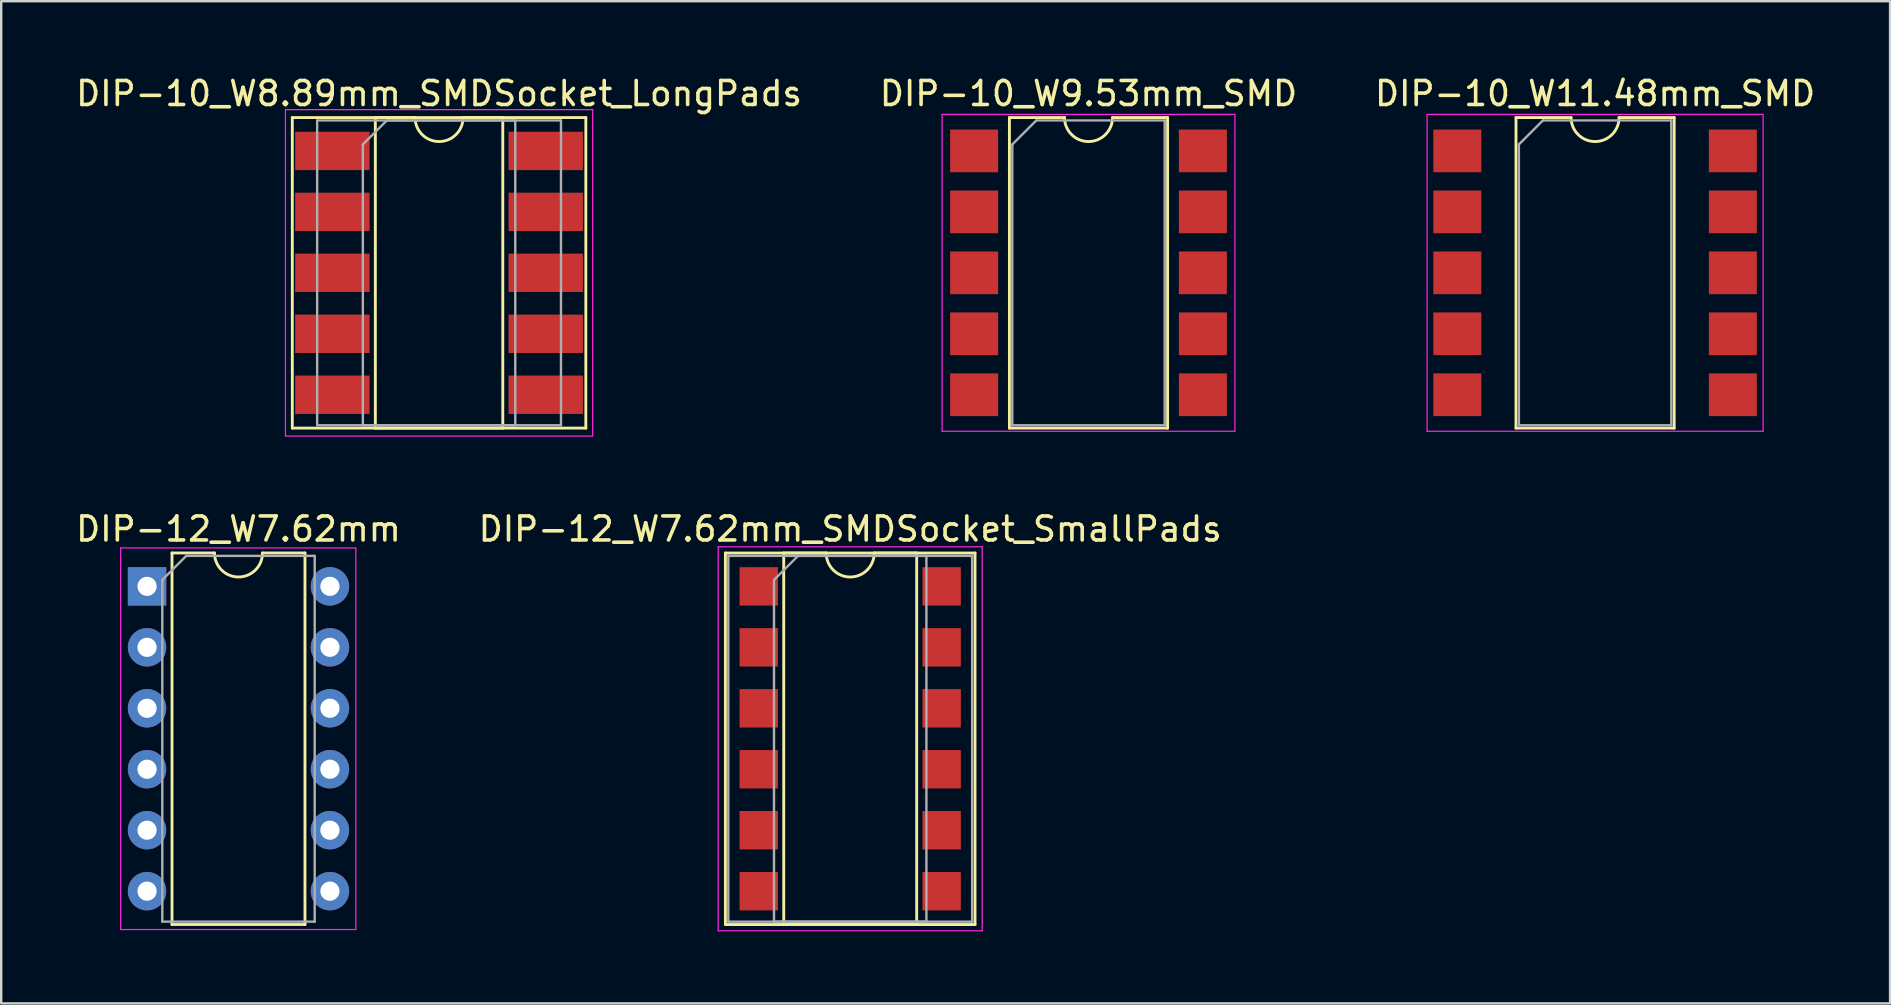
<source format=kicad_pcb>
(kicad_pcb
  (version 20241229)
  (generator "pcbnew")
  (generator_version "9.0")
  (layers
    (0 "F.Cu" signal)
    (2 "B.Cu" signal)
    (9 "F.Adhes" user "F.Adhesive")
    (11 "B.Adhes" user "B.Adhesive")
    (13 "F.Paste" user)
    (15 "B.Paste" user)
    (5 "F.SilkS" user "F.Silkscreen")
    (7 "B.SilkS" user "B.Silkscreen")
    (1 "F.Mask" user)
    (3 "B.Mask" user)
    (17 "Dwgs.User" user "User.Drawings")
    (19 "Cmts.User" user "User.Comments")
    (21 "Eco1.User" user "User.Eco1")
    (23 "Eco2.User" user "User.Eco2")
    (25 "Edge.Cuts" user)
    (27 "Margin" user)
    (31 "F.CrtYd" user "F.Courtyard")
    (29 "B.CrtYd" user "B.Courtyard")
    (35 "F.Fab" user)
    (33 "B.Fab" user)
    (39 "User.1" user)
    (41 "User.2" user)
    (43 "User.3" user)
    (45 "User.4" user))
  (footprint "DIP-12_W7.62mm"
    (layer "F.Cu")
    (at 3.077 21.381)
    (property "Reference" "DIP-12_W7.62mm" (at 3.81 -2.39 0) (layer "F.SilkS") (effects (font (size 1 1) (thickness 0.15))))
    (attr through_hole)
    (fp_line (start 1.04 -1.39) (end 1.04 14.09) (stroke (width 0.12) (type solid)) (layer "F.SilkS"))
    (fp_line (start 1.04 14.09) (end 6.58 14.09) (stroke (width 0.12) (type solid)) (layer "F.SilkS"))
    (fp_line (start 2.81 -1.39) (end 1.04 -1.39) (stroke (width 0.12) (type solid)) (layer "F.SilkS"))
    (fp_line (start 6.58 -1.39) (end 4.81 -1.39) (stroke (width 0.12) (type solid)) (layer "F.SilkS"))
    (fp_line (start 6.58 14.09) (end 6.58 -1.39) (stroke (width 0.12) (type solid)) (layer "F.SilkS"))
    (fp_arc (start 4.81 -1.39) (mid 3.81 -0.39) (end 2.81 -1.39) (stroke (width 0.12) (type solid)) (layer "F.SilkS"))
    (fp_line (start -1.1 -1.6) (end -1.1 14.3) (stroke (width 0.05) (type solid)) (layer "F.CrtYd"))
    (fp_line (start -1.1 14.3) (end 8.7 14.3) (stroke (width 0.05) (type solid)) (layer "F.CrtYd"))
    (fp_line (start 8.7 -1.6) (end -1.1 -1.6) (stroke (width 0.05) (type solid)) (layer "F.CrtYd"))
    (fp_line (start 8.7 14.3) (end 8.7 -1.6) (stroke (width 0.05) (type solid)) (layer "F.CrtYd"))
    (fp_line (start 0.635 -0.27) (end 1.635 -1.27) (stroke (width 0.1) (type solid)) (layer "F.Fab"))
    (fp_line (start 0.635 13.97) (end 0.635 -0.27) (stroke (width 0.1) (type solid)) (layer "F.Fab"))
    (fp_line (start 1.635 -1.27) (end 6.985 -1.27) (stroke (width 0.1) (type solid)) (layer "F.Fab"))
    (fp_line (start 6.985 -1.27) (end 6.985 13.97) (stroke (width 0.1) (type solid)) (layer "F.Fab"))
    (fp_line (start 6.985 13.97) (end 0.635 13.97) (stroke (width 0.1) (type solid)) (layer "F.Fab"))
    (pad "1" thru_hole rect (at 0 0) (size 1.6 1.6) (drill 0.8) (layers "*.Cu" "*.Mask"))
    (pad "2" thru_hole oval (at 0 2.54) (size 1.6 1.6) (drill 0.8) (layers "*.Cu" "*.Mask"))
    (pad "3" thru_hole oval (at 0 5.08) (size 1.6 1.6) (drill 0.8) (layers "*.Cu" "*.Mask"))
    (pad "4" thru_hole oval (at 0 7.62) (size 1.6 1.6) (drill 0.8) (layers "*.Cu" "*.Mask"))
    (pad "5" thru_hole oval (at 0 10.16) (size 1.6 1.6) (drill 0.8) (layers "*.Cu" "*.Mask"))
    (pad "6" thru_hole oval (at 0 12.7) (size 1.6 1.6) (drill 0.8) (layers "*.Cu" "*.Mask"))
    (pad "7" thru_hole oval (at 7.62 12.7) (size 1.6 1.6) (drill 0.8) (layers "*.Cu" "*.Mask"))
    (pad "8" thru_hole oval (at 7.62 10.16) (size 1.6 1.6) (drill 0.8) (layers "*.Cu" "*.Mask"))
    (pad "9" thru_hole oval (at 7.62 7.62) (size 1.6 1.6) (drill 0.8) (layers "*.Cu" "*.Mask"))
    (pad "10" thru_hole oval (at 7.62 5.08) (size 1.6 1.6) (drill 0.8) (layers "*.Cu" "*.Mask"))
    (pad "11" thru_hole oval (at 7.62 2.54) (size 1.6 1.6) (drill 0.8) (layers "*.Cu" "*.Mask"))
    (pad "12" thru_hole oval (at 7.62 0) (size 1.6 1.6) (drill 0.8) (layers "*.Cu" "*.Mask")))
  (footprint "DIP-10_W11.48mm_SMD"
    (layer "F.Cu")
    (at 63.411 8.318)
    (property "Reference" "DIP-10_W11.48mm_SMD" (at 0 -7.47 0) (layer "F.SilkS") (effects (font (size 1 1) (thickness 0.15))))
    (attr smd)
    (fp_line (start -3.295 -6.47) (end -3.295 6.47) (stroke (width 0.12) (type solid)) (layer "F.SilkS"))
    (fp_line (start -3.295 6.47) (end 3.295 6.47) (stroke (width 0.12) (type solid)) (layer "F.SilkS"))
    (fp_line (start -1 -6.47) (end -3.295 -6.47) (stroke (width 0.12) (type solid)) (layer "F.SilkS"))
    (fp_line (start 3.295 -6.47) (end 1 -6.47) (stroke (width 0.12) (type solid)) (layer "F.SilkS"))
    (fp_line (start 3.295 6.47) (end 3.295 -6.47) (stroke (width 0.12) (type solid)) (layer "F.SilkS"))
    (fp_arc (start 1 -6.47) (mid 0 -5.47) (end -1 -6.47) (stroke (width 0.12) (type solid)) (layer "F.SilkS"))
    (fp_line (start -7 -6.6) (end -7 6.6) (stroke (width 0.05) (type solid)) (layer "F.CrtYd"))
    (fp_line (start -7 6.6) (end 7 6.6) (stroke (width 0.05) (type solid)) (layer "F.CrtYd"))
    (fp_line (start 7 -6.6) (end -7 -6.6) (stroke (width 0.05) (type solid)) (layer "F.CrtYd"))
    (fp_line (start 7 6.6) (end 7 -6.6) (stroke (width 0.05) (type solid)) (layer "F.CrtYd"))
    (fp_line (start -3.175 -5.35) (end -2.175 -6.35) (stroke (width 0.1) (type solid)) (layer "F.Fab"))
    (fp_line (start -3.175 6.35) (end -3.175 -5.35) (stroke (width 0.1) (type solid)) (layer "F.Fab"))
    (fp_line (start -2.175 -6.35) (end 3.175 -6.35) (stroke (width 0.1) (type solid)) (layer "F.Fab"))
    (fp_line (start 3.175 -6.35) (end 3.175 6.35) (stroke (width 0.1) (type solid)) (layer "F.Fab"))
    (fp_line (start 3.175 6.35) (end -3.175 6.35) (stroke (width 0.1) (type solid)) (layer "F.Fab"))
    (pad "1" smd rect (at -5.74 -5.08) (size 2 1.78) (layers "F.Cu" "F.Mask"))
    (pad "2" smd rect (at -5.74 -2.54) (size 2 1.78) (layers "F.Cu" "F.Mask"))
    (pad "3" smd rect (at -5.74 0) (size 2 1.78) (layers "F.Cu" "F.Mask"))
    (pad "4" smd rect (at -5.74 2.54) (size 2 1.78) (layers "F.Cu" "F.Mask"))
    (pad "5" smd rect (at -5.74 5.08) (size 2 1.78) (layers "F.Cu" "F.Mask"))
    (pad "6" smd rect (at 5.74 5.08) (size 2 1.78) (layers "F.Cu" "F.Mask"))
    (pad "7" smd rect (at 5.74 2.54) (size 2 1.78) (layers "F.Cu" "F.Mask"))
    (pad "8" smd rect (at 5.74 0) (size 2 1.78) (layers "F.Cu" "F.Mask"))
    (pad "9" smd rect (at 5.74 -2.54) (size 2 1.78) (layers "F.Cu" "F.Mask"))
    (pad "10" smd rect (at 5.74 -5.08) (size 2 1.78) (layers "F.Cu" "F.Mask")))
  (footprint "DIP-10_W8.89mm_SMDSocket_LongPads"
    (layer "F.Cu")
    (at 15.244 8.318)
    (property "Reference" "DIP-10_W8.89mm_SMDSocket_LongPads" (at 0 -7.47 0) (layer "F.SilkS") (effects (font (size 1 1) (thickness 0.15))))
    (attr smd)
    (fp_line (start -6.115 -6.47) (end -6.115 6.47) (stroke (width 0.12) (type solid)) (layer "F.SilkS"))
    (fp_line (start -6.115 6.47) (end 6.115 6.47) (stroke (width 0.12) (type solid)) (layer "F.SilkS"))
    (fp_line (start -2.655 -6.47) (end -2.655 6.47) (stroke (width 0.12) (type solid)) (layer "F.SilkS"))
    (fp_line (start -2.655 6.47) (end 2.655 6.47) (stroke (width 0.12) (type solid)) (layer "F.SilkS"))
    (fp_line (start -1 -6.47) (end -2.655 -6.47) (stroke (width 0.12) (type solid)) (layer "F.SilkS"))
    (fp_line (start 2.655 -6.47) (end 1 -6.47) (stroke (width 0.12) (type solid)) (layer "F.SilkS"))
    (fp_line (start 2.655 6.47) (end 2.655 -6.47) (stroke (width 0.12) (type solid)) (layer "F.SilkS"))
    (fp_line (start 6.115 -6.47) (end -6.115 -6.47) (stroke (width 0.12) (type solid)) (layer "F.SilkS"))
    (fp_line (start 6.115 6.47) (end 6.115 -6.47) (stroke (width 0.12) (type solid)) (layer "F.SilkS"))
    (fp_arc (start 1 -6.47) (mid 0 -5.47) (end -1 -6.47) (stroke (width 0.12) (type solid)) (layer "F.SilkS"))
    (fp_line (start -6.4 -6.8) (end -6.4 6.8) (stroke (width 0.05) (type solid)) (layer "F.CrtYd"))
    (fp_line (start -6.4 6.8) (end 6.4 6.8) (stroke (width 0.05) (type solid)) (layer "F.CrtYd"))
    (fp_line (start 6.4 -6.8) (end -6.4 -6.8) (stroke (width 0.05) (type solid)) (layer "F.CrtYd"))
    (fp_line (start 6.4 6.8) (end 6.4 -6.8) (stroke (width 0.05) (type solid)) (layer "F.CrtYd"))
    (fp_line (start -5.08 -6.35) (end -5.08 6.35) (stroke (width 0.1) (type solid)) (layer "F.Fab"))
    (fp_line (start -5.08 6.35) (end 5.08 6.35) (stroke (width 0.1) (type solid)) (layer "F.Fab"))
    (fp_line (start -3.175 -5.35) (end -2.175 -6.35) (stroke (width 0.1) (type solid)) (layer "F.Fab"))
    (fp_line (start -3.175 6.35) (end -3.175 -5.35) (stroke (width 0.1) (type solid)) (layer "F.Fab"))
    (fp_line (start -2.175 -6.35) (end 3.175 -6.35) (stroke (width 0.1) (type solid)) (layer "F.Fab"))
    (fp_line (start 3.175 -6.35) (end 3.175 6.35) (stroke (width 0.1) (type solid)) (layer "F.Fab"))
    (fp_line (start 3.175 6.35) (end -3.175 6.35) (stroke (width 0.1) (type solid)) (layer "F.Fab"))
    (fp_line (start 5.08 -6.35) (end -5.08 -6.35) (stroke (width 0.1) (type solid)) (layer "F.Fab"))
    (fp_line (start 5.08 6.35) (end 5.08 -6.35) (stroke (width 0.1) (type solid)) (layer "F.Fab"))
    (pad "1" smd rect (at -4.445 -5.08) (size 3.1 1.6) (layers "F.Cu" "F.Mask"))
    (pad "2" smd rect (at -4.445 -2.54) (size 3.1 1.6) (layers "F.Cu" "F.Mask"))
    (pad "3" smd rect (at -4.445 0) (size 3.1 1.6) (layers "F.Cu" "F.Mask"))
    (pad "4" smd rect (at -4.445 2.54) (size 3.1 1.6) (layers "F.Cu" "F.Mask"))
    (pad "5" smd rect (at -4.445 5.08) (size 3.1 1.6) (layers "F.Cu" "F.Mask"))
    (pad "6" smd rect (at 4.445 5.08) (size 3.1 1.6) (layers "F.Cu" "F.Mask"))
    (pad "7" smd rect (at 4.445 2.54) (size 3.1 1.6) (layers "F.Cu" "F.Mask"))
    (pad "8" smd rect (at 4.445 0) (size 3.1 1.6) (layers "F.Cu" "F.Mask"))
    (pad "9" smd rect (at 4.445 -2.54) (size 3.1 1.6) (layers "F.Cu" "F.Mask"))
    (pad "10" smd rect (at 4.445 -5.08) (size 3.1 1.6) (layers "F.Cu" "F.Mask")))
  (footprint "DIP-12_W7.62mm_SMDSocket_SmallPads"
    (layer "F.Cu")
    (at 32.375 27.732)
    (property "Reference" "DIP-12_W7.62mm_SMDSocket_SmallPads" (at 0 -8.74 0) (layer "F.SilkS") (effects (font (size 1 1) (thickness 0.15))))
    (attr smd)
    (fp_line (start -5.2 -7.74) (end -5.2 7.74) (stroke (width 0.12) (type solid)) (layer "F.SilkS"))
    (fp_line (start -5.2 7.74) (end 5.2 7.74) (stroke (width 0.12) (type solid)) (layer "F.SilkS"))
    (fp_line (start -2.77 -7.74) (end -2.77 7.74) (stroke (width 0.12) (type solid)) (layer "F.SilkS"))
    (fp_line (start -2.77 7.74) (end 2.77 7.74) (stroke (width 0.12) (type solid)) (layer "F.SilkS"))
    (fp_line (start -1 -7.74) (end -2.77 -7.74) (stroke (width 0.12) (type solid)) (layer "F.SilkS"))
    (fp_line (start 2.77 -7.74) (end 1 -7.74) (stroke (width 0.12) (type solid)) (layer "F.SilkS"))
    (fp_line (start 2.77 7.74) (end 2.77 -7.74) (stroke (width 0.12) (type solid)) (layer "F.SilkS"))
    (fp_line (start 5.2 -7.74) (end -5.2 -7.74) (stroke (width 0.12) (type solid)) (layer "F.SilkS"))
    (fp_line (start 5.2 7.74) (end 5.2 -7.74) (stroke (width 0.12) (type solid)) (layer "F.SilkS"))
    (fp_arc (start 1 -7.74) (mid 0 -6.74) (end -1 -7.74) (stroke (width 0.12) (type solid)) (layer "F.SilkS"))
    (fp_line (start -5.5 -8) (end -5.5 8) (stroke (width 0.05) (type solid)) (layer "F.CrtYd"))
    (fp_line (start -5.5 8) (end 5.5 8) (stroke (width 0.05) (type solid)) (layer "F.CrtYd"))
    (fp_line (start 5.5 -8) (end -5.5 -8) (stroke (width 0.05) (type solid)) (layer "F.CrtYd"))
    (fp_line (start 5.5 8) (end 5.5 -8) (stroke (width 0.05) (type solid)) (layer "F.CrtYd"))
    (fp_line (start -5.08 -7.62) (end -5.08 7.62) (stroke (width 0.1) (type solid)) (layer "F.Fab"))
    (fp_line (start -5.08 7.62) (end 5.08 7.62) (stroke (width 0.1) (type solid)) (layer "F.Fab"))
    (fp_line (start -3.175 -6.62) (end -2.175 -7.62) (stroke (width 0.1) (type solid)) (layer "F.Fab"))
    (fp_line (start -3.175 7.62) (end -3.175 -6.62) (stroke (width 0.1) (type solid)) (layer "F.Fab"))
    (fp_line (start -2.175 -7.62) (end 3.175 -7.62) (stroke (width 0.1) (type solid)) (layer "F.Fab"))
    (fp_line (start 3.175 -7.62) (end 3.175 7.62) (stroke (width 0.1) (type solid)) (layer "F.Fab"))
    (fp_line (start 3.175 7.62) (end -3.175 7.62) (stroke (width 0.1) (type solid)) (layer "F.Fab"))
    (fp_line (start 5.08 -7.62) (end -5.08 -7.62) (stroke (width 0.1) (type solid)) (layer "F.Fab"))
    (fp_line (start 5.08 7.62) (end 5.08 -7.62) (stroke (width 0.1) (type solid)) (layer "F.Fab"))
    (pad "1" smd rect (at -3.81 -6.35) (size 1.6 1.6) (layers "F.Cu" "F.Mask"))
    (pad "2" smd rect (at -3.81 -3.81) (size 1.6 1.6) (layers "F.Cu" "F.Mask"))
    (pad "3" smd rect (at -3.81 -1.27) (size 1.6 1.6) (layers "F.Cu" "F.Mask"))
    (pad "4" smd rect (at -3.81 1.27) (size 1.6 1.6) (layers "F.Cu" "F.Mask"))
    (pad "5" smd rect (at -3.81 3.81) (size 1.6 1.6) (layers "F.Cu" "F.Mask"))
    (pad "6" smd rect (at -3.81 6.35) (size 1.6 1.6) (layers "F.Cu" "F.Mask"))
    (pad "7" smd rect (at 3.81 6.35) (size 1.6 1.6) (layers "F.Cu" "F.Mask"))
    (pad "8" smd rect (at 3.81 3.81) (size 1.6 1.6) (layers "F.Cu" "F.Mask"))
    (pad "9" smd rect (at 3.81 1.27) (size 1.6 1.6) (layers "F.Cu" "F.Mask"))
    (pad "10" smd rect (at 3.81 -1.27) (size 1.6 1.6) (layers "F.Cu" "F.Mask"))
    (pad "11" smd rect (at 3.81 -3.81) (size 1.6 1.6) (layers "F.Cu" "F.Mask"))
    (pad "12" smd rect (at 3.81 -6.35) (size 1.6 1.6) (layers "F.Cu" "F.Mask")))
  (footprint "DIP-10_W9.53mm_SMD"
    (layer "F.Cu")
    (at 42.304 8.318)
    (property "Reference" "DIP-10_W9.53mm_SMD" (at 0 -7.47 0) (layer "F.SilkS") (effects (font (size 1 1) (thickness 0.15))))
    (attr smd)
    (fp_line (start -3.295 -6.47) (end -3.295 6.47) (stroke (width 0.12) (type solid)) (layer "F.SilkS"))
    (fp_line (start -3.295 6.47) (end 3.295 6.47) (stroke (width 0.12) (type solid)) (layer "F.SilkS"))
    (fp_line (start -1 -6.47) (end -3.295 -6.47) (stroke (width 0.12) (type solid)) (layer "F.SilkS"))
    (fp_line (start 3.295 -6.47) (end 1 -6.47) (stroke (width 0.12) (type solid)) (layer "F.SilkS"))
    (fp_line (start 3.295 6.47) (end 3.295 -6.47) (stroke (width 0.12) (type solid)) (layer "F.SilkS"))
    (fp_arc (start 1 -6.47) (mid 0 -5.47) (end -1 -6.47) (stroke (width 0.12) (type solid)) (layer "F.SilkS"))
    (fp_line (start -6.1 -6.6) (end -6.1 6.6) (stroke (width 0.05) (type solid)) (layer "F.CrtYd"))
    (fp_line (start -6.1 6.6) (end 6.1 6.6) (stroke (width 0.05) (type solid)) (layer "F.CrtYd"))
    (fp_line (start 6.1 -6.6) (end -6.1 -6.6) (stroke (width 0.05) (type solid)) (layer "F.CrtYd"))
    (fp_line (start 6.1 6.6) (end 6.1 -6.6) (stroke (width 0.05) (type solid)) (layer "F.CrtYd"))
    (fp_line (start -3.175 -5.35) (end -2.175 -6.35) (stroke (width 0.1) (type solid)) (layer "F.Fab"))
    (fp_line (start -3.175 6.35) (end -3.175 -5.35) (stroke (width 0.1) (type solid)) (layer "F.Fab"))
    (fp_line (start -2.175 -6.35) (end 3.175 -6.35) (stroke (width 0.1) (type solid)) (layer "F.Fab"))
    (fp_line (start 3.175 -6.35) (end 3.175 6.35) (stroke (width 0.1) (type solid)) (layer "F.Fab"))
    (fp_line (start 3.175 6.35) (end -3.175 6.35) (stroke (width 0.1) (type solid)) (layer "F.Fab"))
    (pad "1" smd rect (at -4.765 -5.08) (size 2 1.78) (layers "F.Cu" "F.Mask"))
    (pad "2" smd rect (at -4.765 -2.54) (size 2 1.78) (layers "F.Cu" "F.Mask"))
    (pad "3" smd rect (at -4.765 0) (size 2 1.78) (layers "F.Cu" "F.Mask"))
    (pad "4" smd rect (at -4.765 2.54) (size 2 1.78) (layers "F.Cu" "F.Mask"))
    (pad "5" smd rect (at -4.765 5.08) (size 2 1.78) (layers "F.Cu" "F.Mask"))
    (pad "6" smd rect (at 4.765 5.08) (size 2 1.78) (layers "F.Cu" "F.Mask"))
    (pad "7" smd rect (at 4.765 2.54) (size 2 1.78) (layers "F.Cu" "F.Mask"))
    (pad "8" smd rect (at 4.765 0) (size 2 1.78) (layers "F.Cu" "F.Mask"))
    (pad "9" smd rect (at 4.765 -2.54) (size 2 1.78) (layers "F.Cu" "F.Mask"))
    (pad "10" smd rect (at 4.765 -5.08) (size 2 1.78) (layers "F.Cu" "F.Mask")))
  (gr_rect
    (start -3 -3)
    (end 75.702 38.757)
    (stroke (width 0.1) (type default))
    (fill no)
    (layer "Edge.Cuts")))
</source>
